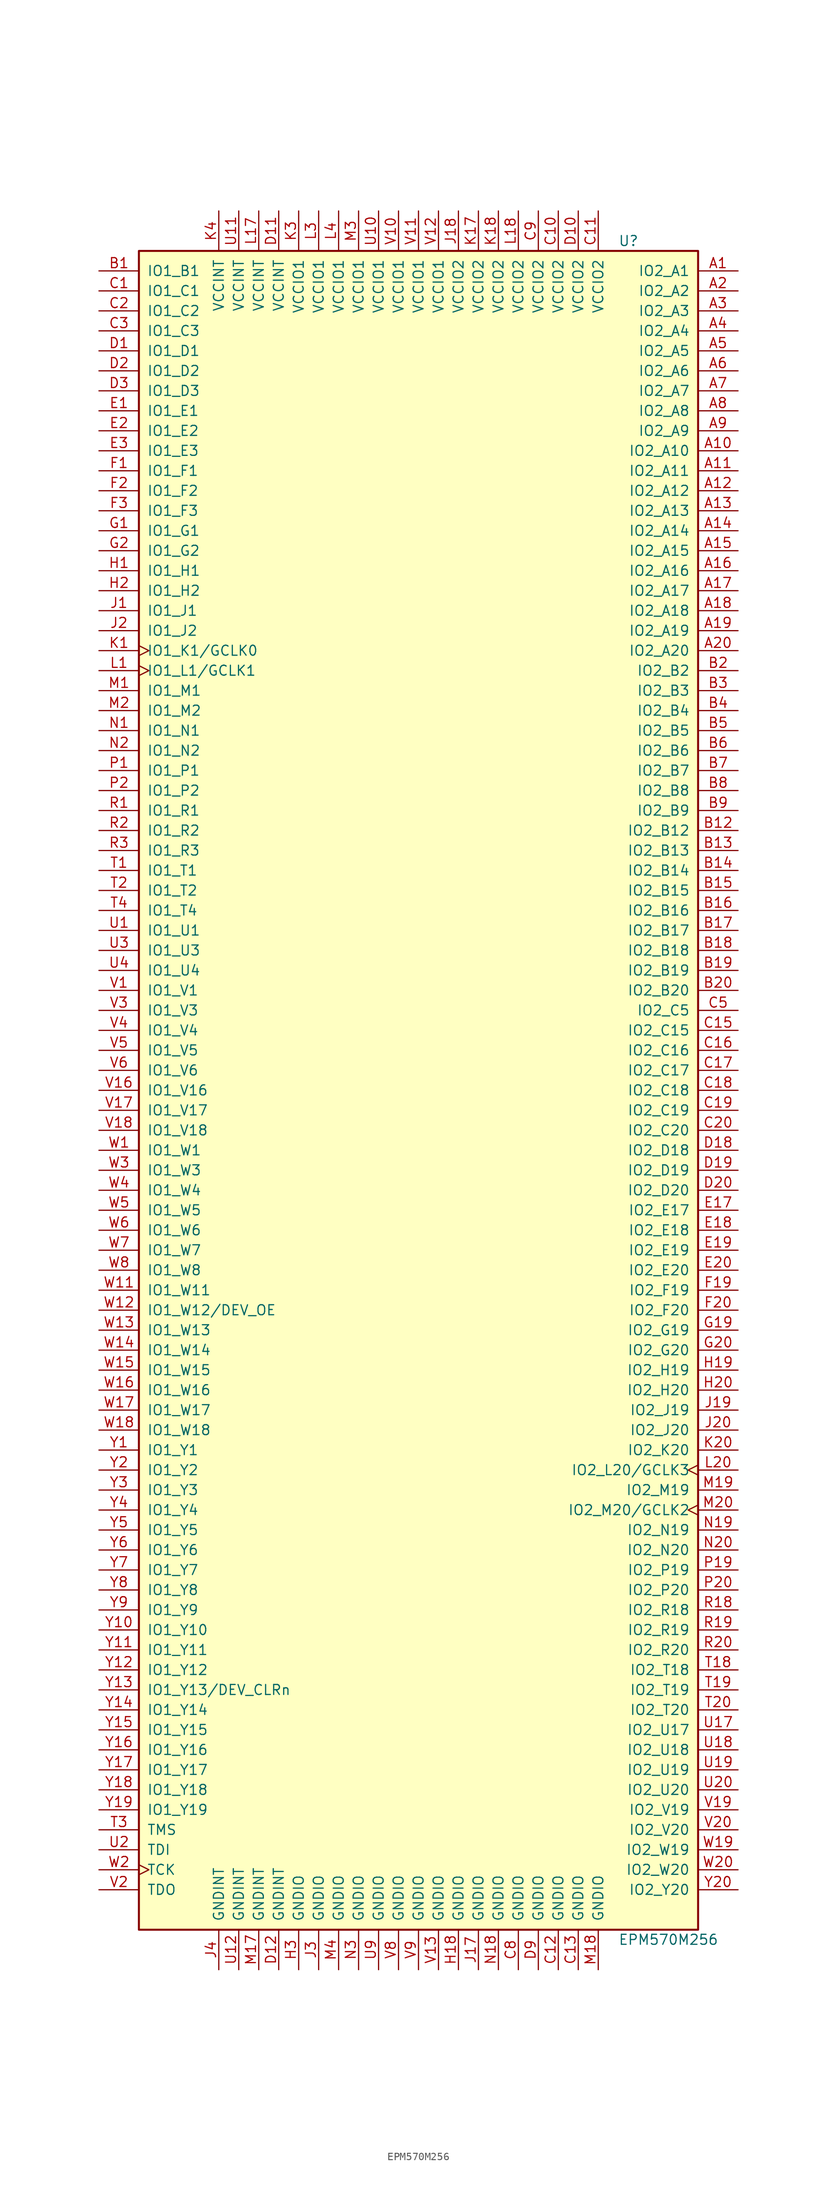
<source format=kicad_sym>
(kicad_symbol_lib
  (version 20201005)
  (generator kicad_symbol_editor)
  (symbol "CPLD_Altera:EPM570M256"
    (pin_names
      (offset 1.016))
    (property "Reference" "U"
      (at 25.4 107.95 0)
      (effects (font (size 1.27 1.27)) (justify left)))
    (property "Value" "EPM570M256"
      (at 25.4 -107.95 0)
      (effects (font (size 1.27 1.27)) (justify left)))
    (property "ki_locked" ""
      (at 0 0 0)
      (effects (font (size 1.27 1.27))))
    (symbol "EPM570M256_1_1"
      (rectangle (start -35.56 106.68) (end 35.56 -106.68) (stroke (width 0.254)) (fill (type background)))
      (pin bidirectional line (at 40.64 104.14 180) (length 5.08) (name "IO2_A1" (effects (font (size 1.27 1.27)))) (number "A1" (effects (font (size 1.27 1.27)))))
      (pin bidirectional line (at 40.64 101.6 180) (length 5.08) (name "IO2_A2" (effects (font (size 1.27 1.27)))) (number "A2" (effects (font (size 1.27 1.27)))))
      (pin bidirectional line (at 40.64 99.06 180) (length 5.08) (name "IO2_A3" (effects (font (size 1.27 1.27)))) (number "A3" (effects (font (size 1.27 1.27)))))
      (pin bidirectional line (at 40.64 96.52 180) (length 5.08) (name "IO2_A4" (effects (font (size 1.27 1.27)))) (number "A4" (effects (font (size 1.27 1.27)))))
      (pin bidirectional line (at 40.64 93.98 180) (length 5.08) (name "IO2_A5" (effects (font (size 1.27 1.27)))) (number "A5" (effects (font (size 1.27 1.27)))))
      (pin bidirectional line (at 40.64 91.44 180) (length 5.08) (name "IO2_A6" (effects (font (size 1.27 1.27)))) (number "A6" (effects (font (size 1.27 1.27)))))
      (pin bidirectional line (at 40.64 88.9 180) (length 5.08) (name "IO2_A7" (effects (font (size 1.27 1.27)))) (number "A7" (effects (font (size 1.27 1.27)))))
      (pin bidirectional line (at 40.64 86.36 180) (length 5.08) (name "IO2_A8" (effects (font (size 1.27 1.27)))) (number "A8" (effects (font (size 1.27 1.27)))))
      (pin bidirectional line (at 40.64 83.82 180) (length 5.08) (name "IO2_A9" (effects (font (size 1.27 1.27)))) (number "A9" (effects (font (size 1.27 1.27)))))
      (pin bidirectional line (at 40.64 81.28 180) (length 5.08) (name "IO2_A10" (effects (font (size 1.27 1.27)))) (number "A10" (effects (font (size 1.27 1.27)))))
      (pin bidirectional line (at 40.64 78.74 180) (length 5.08) (name "IO2_A11" (effects (font (size 1.27 1.27)))) (number "A11" (effects (font (size 1.27 1.27)))))
      (pin bidirectional line (at 40.64 76.2 180) (length 5.08) (name "IO2_A12" (effects (font (size 1.27 1.27)))) (number "A12" (effects (font (size 1.27 1.27)))))
      (pin bidirectional line (at 40.64 73.66 180) (length 5.08) (name "IO2_A13" (effects (font (size 1.27 1.27)))) (number "A13" (effects (font (size 1.27 1.27)))))
      (pin bidirectional line (at 40.64 71.12 180) (length 5.08) (name "IO2_A14" (effects (font (size 1.27 1.27)))) (number "A14" (effects (font (size 1.27 1.27)))))
      (pin bidirectional line (at 40.64 68.58 180) (length 5.08) (name "IO2_A15" (effects (font (size 1.27 1.27)))) (number "A15" (effects (font (size 1.27 1.27)))))
      (pin bidirectional line (at 40.64 66.04 180) (length 5.08) (name "IO2_A16" (effects (font (size 1.27 1.27)))) (number "A16" (effects (font (size 1.27 1.27)))))
      (pin bidirectional line (at 40.64 63.5 180) (length 5.08) (name "IO2_A17" (effects (font (size 1.27 1.27)))) (number "A17" (effects (font (size 1.27 1.27)))))
      (pin bidirectional line (at 40.64 60.96 180) (length 5.08) (name "IO2_A18" (effects (font (size 1.27 1.27)))) (number "A18" (effects (font (size 1.27 1.27)))))
      (pin bidirectional line (at 40.64 58.42 180) (length 5.08) (name "IO2_A19" (effects (font (size 1.27 1.27)))) (number "A19" (effects (font (size 1.27 1.27)))))
      (pin bidirectional line (at 40.64 55.88 180) (length 5.08) (name "IO2_A20" (effects (font (size 1.27 1.27)))) (number "A20" (effects (font (size 1.27 1.27)))))
      (pin bidirectional line (at -40.64 104.14 0) (length 5.08) (name "IO1_B1" (effects (font (size 1.27 1.27)))) (number "B1" (effects (font (size 1.27 1.27)))))
      (pin bidirectional line (at 40.64 53.34 180) (length 5.08) (name "IO2_B2" (effects (font (size 1.27 1.27)))) (number "B2" (effects (font (size 1.27 1.27)))))
      (pin bidirectional line (at 40.64 50.8 180) (length 5.08) (name "IO2_B3" (effects (font (size 1.27 1.27)))) (number "B3" (effects (font (size 1.27 1.27)))))
      (pin bidirectional line (at 40.64 48.26 180) (length 5.08) (name "IO2_B4" (effects (font (size 1.27 1.27)))) (number "B4" (effects (font (size 1.27 1.27)))))
      (pin bidirectional line (at 40.64 45.72 180) (length 5.08) (name "IO2_B5" (effects (font (size 1.27 1.27)))) (number "B5" (effects (font (size 1.27 1.27)))))
      (pin bidirectional line (at 40.64 43.18 180) (length 5.08) (name "IO2_B6" (effects (font (size 1.27 1.27)))) (number "B6" (effects (font (size 1.27 1.27)))))
      (pin bidirectional line (at 40.64 40.64 180) (length 5.08) (name "IO2_B7" (effects (font (size 1.27 1.27)))) (number "B7" (effects (font (size 1.27 1.27)))))
      (pin bidirectional line (at 40.64 38.1 180) (length 5.08) (name "IO2_B8" (effects (font (size 1.27 1.27)))) (number "B8" (effects (font (size 1.27 1.27)))))
      (pin bidirectional line (at 40.64 35.56 180) (length 5.08) (name "IO2_B9" (effects (font (size 1.27 1.27)))) (number "B9" (effects (font (size 1.27 1.27)))))
      (pin bidirectional line (at 40.64 33.02 180) (length 5.08) (name "IO2_B12" (effects (font (size 1.27 1.27)))) (number "B12" (effects (font (size 1.27 1.27)))))
      (pin bidirectional line (at 40.64 30.48 180) (length 5.08) (name "IO2_B13" (effects (font (size 1.27 1.27)))) (number "B13" (effects (font (size 1.27 1.27)))))
      (pin bidirectional line (at 40.64 27.94 180) (length 5.08) (name "IO2_B14" (effects (font (size 1.27 1.27)))) (number "B14" (effects (font (size 1.27 1.27)))))
      (pin bidirectional line (at 40.64 25.4 180) (length 5.08) (name "IO2_B15" (effects (font (size 1.27 1.27)))) (number "B15" (effects (font (size 1.27 1.27)))))
      (pin bidirectional line (at 40.64 22.86 180) (length 5.08) (name "IO2_B16" (effects (font (size 1.27 1.27)))) (number "B16" (effects (font (size 1.27 1.27)))))
      (pin bidirectional line (at 40.64 20.32 180) (length 5.08) (name "IO2_B17" (effects (font (size 1.27 1.27)))) (number "B17" (effects (font (size 1.27 1.27)))))
      (pin bidirectional line (at 40.64 17.78 180) (length 5.08) (name "IO2_B18" (effects (font (size 1.27 1.27)))) (number "B18" (effects (font (size 1.27 1.27)))))
      (pin bidirectional line (at 40.64 15.24 180) (length 5.08) (name "IO2_B19" (effects (font (size 1.27 1.27)))) (number "B19" (effects (font (size 1.27 1.27)))))
      (pin bidirectional line (at 40.64 12.7 180) (length 5.08) (name "IO2_B20" (effects (font (size 1.27 1.27)))) (number "B20" (effects (font (size 1.27 1.27)))))
      (pin bidirectional line (at -40.64 101.6 0) (length 5.08) (name "IO1_C1" (effects (font (size 1.27 1.27)))) (number "C1" (effects (font (size 1.27 1.27)))))
      (pin bidirectional line (at -40.64 99.06 0) (length 5.08) (name "IO1_C2" (effects (font (size 1.27 1.27)))) (number "C2" (effects (font (size 1.27 1.27)))))
      (pin bidirectional line (at -40.64 96.52 0) (length 5.08) (name "IO1_C3" (effects (font (size 1.27 1.27)))) (number "C3" (effects (font (size 1.27 1.27)))))
      (pin bidirectional line (at 40.64 10.16 180) (length 5.08) (name "IO2_C5" (effects (font (size 1.27 1.27)))) (number "C5" (effects (font (size 1.27 1.27)))))
      (pin bidirectional line (at 40.64 7.62 180) (length 5.08) (name "IO2_C15" (effects (font (size 1.27 1.27)))) (number "C15" (effects (font (size 1.27 1.27)))))
      (pin bidirectional line (at 40.64 5.08 180) (length 5.08) (name "IO2_C16" (effects (font (size 1.27 1.27)))) (number "C16" (effects (font (size 1.27 1.27)))))
      (pin bidirectional line (at 40.64 2.54 180) (length 5.08) (name "IO2_C17" (effects (font (size 1.27 1.27)))) (number "C17" (effects (font (size 1.27 1.27)))))
      (pin bidirectional line (at 40.64 0 180) (length 5.08) (name "IO2_C18" (effects (font (size 1.27 1.27)))) (number "C18" (effects (font (size 1.27 1.27)))))
      (pin bidirectional line (at 40.64 -2.54 180) (length 5.08) (name "IO2_C19" (effects (font (size 1.27 1.27)))) (number "C19" (effects (font (size 1.27 1.27)))))
      (pin bidirectional line (at 40.64 -5.08 180) (length 5.08) (name "IO2_C20" (effects (font (size 1.27 1.27)))) (number "C20" (effects (font (size 1.27 1.27)))))
      (pin bidirectional line (at -40.64 93.98 0) (length 5.08) (name "IO1_D1" (effects (font (size 1.27 1.27)))) (number "D1" (effects (font (size 1.27 1.27)))))
      (pin bidirectional line (at -40.64 91.44 0) (length 5.08) (name "IO1_D2" (effects (font (size 1.27 1.27)))) (number "D2" (effects (font (size 1.27 1.27)))))
      (pin bidirectional line (at -40.64 88.9 0) (length 5.08) (name "IO1_D3" (effects (font (size 1.27 1.27)))) (number "D3" (effects (font (size 1.27 1.27)))))
      (pin bidirectional line (at 40.64 -7.62 180) (length 5.08) (name "IO2_D18" (effects (font (size 1.27 1.27)))) (number "D18" (effects (font (size 1.27 1.27)))))
      (pin bidirectional line (at 40.64 -10.16 180) (length 5.08) (name "IO2_D19" (effects (font (size 1.27 1.27)))) (number "D19" (effects (font (size 1.27 1.27)))))
      (pin bidirectional line (at 40.64 -12.7 180) (length 5.08) (name "IO2_D20" (effects (font (size 1.27 1.27)))) (number "D20" (effects (font (size 1.27 1.27)))))
      (pin bidirectional line (at -40.64 86.36 0) (length 5.08) (name "IO1_E1" (effects (font (size 1.27 1.27)))) (number "E1" (effects (font (size 1.27 1.27)))))
      (pin bidirectional line (at -40.64 83.82 0) (length 5.08) (name "IO1_E2" (effects (font (size 1.27 1.27)))) (number "E2" (effects (font (size 1.27 1.27)))))
      (pin bidirectional line (at -40.64 81.28 0) (length 5.08) (name "IO1_E3" (effects (font (size 1.27 1.27)))) (number "E3" (effects (font (size 1.27 1.27)))))
      (pin bidirectional line (at 40.64 -15.24 180) (length 5.08) (name "IO2_E17" (effects (font (size 1.27 1.27)))) (number "E17" (effects (font (size 1.27 1.27)))))
      (pin bidirectional line (at 40.64 -17.78 180) (length 5.08) (name "IO2_E18" (effects (font (size 1.27 1.27)))) (number "E18" (effects (font (size 1.27 1.27)))))
      (pin bidirectional line (at 40.64 -20.32 180) (length 5.08) (name "IO2_E19" (effects (font (size 1.27 1.27)))) (number "E19" (effects (font (size 1.27 1.27)))))
      (pin bidirectional line (at 40.64 -22.86 180) (length 5.08) (name "IO2_E20" (effects (font (size 1.27 1.27)))) (number "E20" (effects (font (size 1.27 1.27)))))
      (pin bidirectional line (at -40.64 78.74 0) (length 5.08) (name "IO1_F1" (effects (font (size 1.27 1.27)))) (number "F1" (effects (font (size 1.27 1.27)))))
      (pin bidirectional line (at -40.64 76.2 0) (length 5.08) (name "IO1_F2" (effects (font (size 1.27 1.27)))) (number "F2" (effects (font (size 1.27 1.27)))))
      (pin bidirectional line (at -40.64 73.66 0) (length 5.08) (name "IO1_F3" (effects (font (size 1.27 1.27)))) (number "F3" (effects (font (size 1.27 1.27)))))
      (pin bidirectional line (at 40.64 -25.4 180) (length 5.08) (name "IO2_F19" (effects (font (size 1.27 1.27)))) (number "F19" (effects (font (size 1.27 1.27)))))
      (pin bidirectional line (at 40.64 -27.94 180) (length 5.08) (name "IO2_F20" (effects (font (size 1.27 1.27)))) (number "F20" (effects (font (size 1.27 1.27)))))
      (pin bidirectional line (at -40.64 71.12 0) (length 5.08) (name "IO1_G1" (effects (font (size 1.27 1.27)))) (number "G1" (effects (font (size 1.27 1.27)))))
      (pin bidirectional line (at -40.64 68.58 0) (length 5.08) (name "IO1_G2" (effects (font (size 1.27 1.27)))) (number "G2" (effects (font (size 1.27 1.27)))))
      (pin bidirectional line (at 40.64 -30.48 180) (length 5.08) (name "IO2_G19" (effects (font (size 1.27 1.27)))) (number "G19" (effects (font (size 1.27 1.27)))))
      (pin bidirectional line (at 40.64 -33.02 180) (length 5.08) (name "IO2_G20" (effects (font (size 1.27 1.27)))) (number "G20" (effects (font (size 1.27 1.27)))))
      (pin bidirectional line (at -40.64 66.04 0) (length 5.08) (name "IO1_H1" (effects (font (size 1.27 1.27)))) (number "H1" (effects (font (size 1.27 1.27)))))
      (pin bidirectional line (at -40.64 63.5 0) (length 5.08) (name "IO1_H2" (effects (font (size 1.27 1.27)))) (number "H2" (effects (font (size 1.27 1.27)))))
      (pin bidirectional line (at 40.64 -35.56 180) (length 5.08) (name "IO2_H19" (effects (font (size 1.27 1.27)))) (number "H19" (effects (font (size 1.27 1.27)))))
      (pin bidirectional line (at 40.64 -38.1 180) (length 5.08) (name "IO2_H20" (effects (font (size 1.27 1.27)))) (number "H20" (effects (font (size 1.27 1.27)))))
      (pin bidirectional line (at -40.64 60.96 0) (length 5.08) (name "IO1_J1" (effects (font (size 1.27 1.27)))) (number "J1" (effects (font (size 1.27 1.27)))))
      (pin bidirectional line (at -40.64 58.42 0) (length 5.08) (name "IO1_J2" (effects (font (size 1.27 1.27)))) (number "J2" (effects (font (size 1.27 1.27)))))
      (pin bidirectional line (at 40.64 -40.64 180) (length 5.08) (name "IO2_J19" (effects (font (size 1.27 1.27)))) (number "J19" (effects (font (size 1.27 1.27)))))
      (pin bidirectional line (at 40.64 -43.18 180) (length 5.08) (name "IO2_J20" (effects (font (size 1.27 1.27)))) (number "J20" (effects (font (size 1.27 1.27)))))
      (pin bidirectional clock (at -40.64 55.88 0) (length 5.08) (name "IO1_K1/GCLK0" (effects (font (size 1.27 1.27)))) (number "K1" (effects (font (size 1.27 1.27)))))
      (pin bidirectional line (at 40.64 -45.72 180) (length 5.08) (name "IO2_K20" (effects (font (size 1.27 1.27)))) (number "K20" (effects (font (size 1.27 1.27)))))
      (pin bidirectional clock (at -40.64 53.34 0) (length 5.08) (name "IO1_L1/GCLK1" (effects (font (size 1.27 1.27)))) (number "L1" (effects (font (size 1.27 1.27)))))
      (pin bidirectional clock (at 40.64 -48.26 180) (length 5.08) (name "IO2_L20/GCLK3" (effects (font (size 1.27 1.27)))) (number "L20" (effects (font (size 1.27 1.27)))))
      (pin bidirectional line (at -40.64 50.8 0) (length 5.08) (name "IO1_M1" (effects (font (size 1.27 1.27)))) (number "M1" (effects (font (size 1.27 1.27)))))
      (pin bidirectional line (at -40.64 48.26 0) (length 5.08) (name "IO1_M2" (effects (font (size 1.27 1.27)))) (number "M2" (effects (font (size 1.27 1.27)))))
      (pin bidirectional line (at 40.64 -50.8 180) (length 5.08) (name "IO2_M19" (effects (font (size 1.27 1.27)))) (number "M19" (effects (font (size 1.27 1.27)))))
      (pin bidirectional clock (at 40.64 -53.34 180) (length 5.08) (name "IO2_M20/GCLK2" (effects (font (size 1.27 1.27)))) (number "M20" (effects (font (size 1.27 1.27)))))
      (pin bidirectional line (at -40.64 45.72 0) (length 5.08) (name "IO1_N1" (effects (font (size 1.27 1.27)))) (number "N1" (effects (font (size 1.27 1.27)))))
      (pin bidirectional line (at -40.64 43.18 0) (length 5.08) (name "IO1_N2" (effects (font (size 1.27 1.27)))) (number "N2" (effects (font (size 1.27 1.27)))))
      (pin bidirectional line (at 40.64 -55.88 180) (length 5.08) (name "IO2_N19" (effects (font (size 1.27 1.27)))) (number "N19" (effects (font (size 1.27 1.27)))))
      (pin bidirectional line (at 40.64 -58.42 180) (length 5.08) (name "IO2_N20" (effects (font (size 1.27 1.27)))) (number "N20" (effects (font (size 1.27 1.27)))))
      (pin bidirectional line (at -40.64 40.64 0) (length 5.08) (name "IO1_P1" (effects (font (size 1.27 1.27)))) (number "P1" (effects (font (size 1.27 1.27)))))
      (pin bidirectional line (at -40.64 38.1 0) (length 5.08) (name "IO1_P2" (effects (font (size 1.27 1.27)))) (number "P2" (effects (font (size 1.27 1.27)))))
      (pin bidirectional line (at 40.64 -60.96 180) (length 5.08) (name "IO2_P19" (effects (font (size 1.27 1.27)))) (number "P19" (effects (font (size 1.27 1.27)))))
      (pin bidirectional line (at 40.64 -63.5 180) (length 5.08) (name "IO2_P20" (effects (font (size 1.27 1.27)))) (number "P20" (effects (font (size 1.27 1.27)))))
      (pin bidirectional line (at -40.64 35.56 0) (length 5.08) (name "IO1_R1" (effects (font (size 1.27 1.27)))) (number "R1" (effects (font (size 1.27 1.27)))))
      (pin bidirectional line (at -40.64 33.02 0) (length 5.08) (name "IO1_R2" (effects (font (size 1.27 1.27)))) (number "R2" (effects (font (size 1.27 1.27)))))
      (pin bidirectional line (at -40.64 30.48 0) (length 5.08) (name "IO1_R3" (effects (font (size 1.27 1.27)))) (number "R3" (effects (font (size 1.27 1.27)))))
      (pin bidirectional line (at 40.64 -66.04 180) (length 5.08) (name "IO2_R18" (effects (font (size 1.27 1.27)))) (number "R18" (effects (font (size 1.27 1.27)))))
      (pin bidirectional line (at 40.64 -68.58 180) (length 5.08) (name "IO2_R19" (effects (font (size 1.27 1.27)))) (number "R19" (effects (font (size 1.27 1.27)))))
      (pin bidirectional line (at 40.64 -71.12 180) (length 5.08) (name "IO2_R20" (effects (font (size 1.27 1.27)))) (number "R20" (effects (font (size 1.27 1.27)))))
      (pin bidirectional line (at -40.64 27.94 0) (length 5.08) (name "IO1_T1" (effects (font (size 1.27 1.27)))) (number "T1" (effects (font (size 1.27 1.27)))))
      (pin bidirectional line (at -40.64 25.4 0) (length 5.08) (name "IO1_T2" (effects (font (size 1.27 1.27)))) (number "T2" (effects (font (size 1.27 1.27)))))
      (pin bidirectional line (at -40.64 22.86 0) (length 5.08) (name "IO1_T4" (effects (font (size 1.27 1.27)))) (number "T4" (effects (font (size 1.27 1.27)))))
      (pin bidirectional line (at 40.64 -73.66 180) (length 5.08) (name "IO2_T18" (effects (font (size 1.27 1.27)))) (number "T18" (effects (font (size 1.27 1.27)))))
      (pin bidirectional line (at 40.64 -76.2 180) (length 5.08) (name "IO2_T19" (effects (font (size 1.27 1.27)))) (number "T19" (effects (font (size 1.27 1.27)))))
      (pin bidirectional line (at 40.64 -78.74 180) (length 5.08) (name "IO2_T20" (effects (font (size 1.27 1.27)))) (number "T20" (effects (font (size 1.27 1.27)))))
      (pin bidirectional line (at -40.64 20.32 0) (length 5.08) (name "IO1_U1" (effects (font (size 1.27 1.27)))) (number "U1" (effects (font (size 1.27 1.27)))))
      (pin bidirectional line (at -40.64 17.78 0) (length 5.08) (name "IO1_U3" (effects (font (size 1.27 1.27)))) (number "U3" (effects (font (size 1.27 1.27)))))
      (pin bidirectional line (at -40.64 15.24 0) (length 5.08) (name "IO1_U4" (effects (font (size 1.27 1.27)))) (number "U4" (effects (font (size 1.27 1.27)))))
      (pin bidirectional line (at 40.64 -81.28 180) (length 5.08) (name "IO2_U17" (effects (font (size 1.27 1.27)))) (number "U17" (effects (font (size 1.27 1.27)))))
      (pin bidirectional line (at 40.64 -83.82 180) (length 5.08) (name "IO2_U18" (effects (font (size 1.27 1.27)))) (number "U18" (effects (font (size 1.27 1.27)))))
      (pin bidirectional line (at 40.64 -86.36 180) (length 5.08) (name "IO2_U19" (effects (font (size 1.27 1.27)))) (number "U19" (effects (font (size 1.27 1.27)))))
      (pin bidirectional line (at 40.64 -88.9 180) (length 5.08) (name "IO2_U20" (effects (font (size 1.27 1.27)))) (number "U20" (effects (font (size 1.27 1.27)))))
      (pin bidirectional line (at -40.64 12.7 0) (length 5.08) (name "IO1_V1" (effects (font (size 1.27 1.27)))) (number "V1" (effects (font (size 1.27 1.27)))))
      (pin bidirectional line (at -40.64 10.16 0) (length 5.08) (name "IO1_V3" (effects (font (size 1.27 1.27)))) (number "V3" (effects (font (size 1.27 1.27)))))
      (pin bidirectional line (at -40.64 7.62 0) (length 5.08) (name "IO1_V4" (effects (font (size 1.27 1.27)))) (number "V4" (effects (font (size 1.27 1.27)))))
      (pin bidirectional line (at -40.64 5.08 0) (length 5.08) (name "IO1_V5" (effects (font (size 1.27 1.27)))) (number "V5" (effects (font (size 1.27 1.27)))))
      (pin bidirectional line (at -40.64 2.54 0) (length 5.08) (name "IO1_V6" (effects (font (size 1.27 1.27)))) (number "V6" (effects (font (size 1.27 1.27)))))
      (pin bidirectional line (at -40.64 0 0) (length 5.08) (name "IO1_V16" (effects (font (size 1.27 1.27)))) (number "V16" (effects (font (size 1.27 1.27)))))
      (pin bidirectional line (at -40.64 -2.54 0) (length 5.08) (name "IO1_V17" (effects (font (size 1.27 1.27)))) (number "V17" (effects (font (size 1.27 1.27)))))
      (pin bidirectional line (at -40.64 -5.08 0) (length 5.08) (name "IO1_V18" (effects (font (size 1.27 1.27)))) (number "V18" (effects (font (size 1.27 1.27)))))
      (pin bidirectional line (at 40.64 -91.44 180) (length 5.08) (name "IO2_V19" (effects (font (size 1.27 1.27)))) (number "V19" (effects (font (size 1.27 1.27)))))
      (pin bidirectional line (at 40.64 -93.98 180) (length 5.08) (name "IO2_V20" (effects (font (size 1.27 1.27)))) (number "V20" (effects (font (size 1.27 1.27)))))
      (pin bidirectional line (at -40.64 -7.62 0) (length 5.08) (name "IO1_W1" (effects (font (size 1.27 1.27)))) (number "W1" (effects (font (size 1.27 1.27)))))
      (pin bidirectional line (at -40.64 -10.16 0) (length 5.08) (name "IO1_W3" (effects (font (size 1.27 1.27)))) (number "W3" (effects (font (size 1.27 1.27)))))
      (pin bidirectional line (at -40.64 -12.7 0) (length 5.08) (name "IO1_W4" (effects (font (size 1.27 1.27)))) (number "W4" (effects (font (size 1.27 1.27)))))
      (pin bidirectional line (at -40.64 -15.24 0) (length 5.08) (name "IO1_W5" (effects (font (size 1.27 1.27)))) (number "W5" (effects (font (size 1.27 1.27)))))
      (pin bidirectional line (at -40.64 -17.78 0) (length 5.08) (name "IO1_W6" (effects (font (size 1.27 1.27)))) (number "W6" (effects (font (size 1.27 1.27)))))
      (pin bidirectional line (at -40.64 -20.32 0) (length 5.08) (name "IO1_W7" (effects (font (size 1.27 1.27)))) (number "W7" (effects (font (size 1.27 1.27)))))
      (pin bidirectional line (at -40.64 -22.86 0) (length 5.08) (name "IO1_W8" (effects (font (size 1.27 1.27)))) (number "W8" (effects (font (size 1.27 1.27)))))
      (pin bidirectional line (at -40.64 -25.4 0) (length 5.08) (name "IO1_W11" (effects (font (size 1.27 1.27)))) (number "W11" (effects (font (size 1.27 1.27)))))
      (pin bidirectional line (at -40.64 -27.94 0) (length 5.08) (name "IO1_W12/DEV_OE" (effects (font (size 1.27 1.27)))) (number "W12" (effects (font (size 1.27 1.27)))))
      (pin bidirectional line (at -40.64 -30.48 0) (length 5.08) (name "IO1_W13" (effects (font (size 1.27 1.27)))) (number "W13" (effects (font (size 1.27 1.27)))))
      (pin bidirectional line (at -40.64 -33.02 0) (length 5.08) (name "IO1_W14" (effects (font (size 1.27 1.27)))) (number "W14" (effects (font (size 1.27 1.27)))))
      (pin bidirectional line (at -40.64 -35.56 0) (length 5.08) (name "IO1_W15" (effects (font (size 1.27 1.27)))) (number "W15" (effects (font (size 1.27 1.27)))))
      (pin bidirectional line (at -40.64 -38.1 0) (length 5.08) (name "IO1_W16" (effects (font (size 1.27 1.27)))) (number "W16" (effects (font (size 1.27 1.27)))))
      (pin bidirectional line (at -40.64 -40.64 0) (length 5.08) (name "IO1_W17" (effects (font (size 1.27 1.27)))) (number "W17" (effects (font (size 1.27 1.27)))))
      (pin bidirectional line (at -40.64 -43.18 0) (length 5.08) (name "IO1_W18" (effects (font (size 1.27 1.27)))) (number "W18" (effects (font (size 1.27 1.27)))))
      (pin bidirectional line (at 40.64 -96.52 180) (length 5.08) (name "IO2_W19" (effects (font (size 1.27 1.27)))) (number "W19" (effects (font (size 1.27 1.27)))))
      (pin bidirectional line (at 40.64 -99.06 180) (length 5.08) (name "IO2_W20" (effects (font (size 1.27 1.27)))) (number "W20" (effects (font (size 1.27 1.27)))))
      (pin bidirectional line (at -40.64 -45.72 0) (length 5.08) (name "IO1_Y1" (effects (font (size 1.27 1.27)))) (number "Y1" (effects (font (size 1.27 1.27)))))
      (pin bidirectional line (at -40.64 -48.26 0) (length 5.08) (name "IO1_Y2" (effects (font (size 1.27 1.27)))) (number "Y2" (effects (font (size 1.27 1.27)))))
      (pin bidirectional line (at -40.64 -50.8 0) (length 5.08) (name "IO1_Y3" (effects (font (size 1.27 1.27)))) (number "Y3" (effects (font (size 1.27 1.27)))))
      (pin bidirectional line (at -40.64 -53.34 0) (length 5.08) (name "IO1_Y4" (effects (font (size 1.27 1.27)))) (number "Y4" (effects (font (size 1.27 1.27)))))
      (pin bidirectional line (at -40.64 -55.88 0) (length 5.08) (name "IO1_Y5" (effects (font (size 1.27 1.27)))) (number "Y5" (effects (font (size 1.27 1.27)))))
      (pin bidirectional line (at -40.64 -58.42 0) (length 5.08) (name "IO1_Y6" (effects (font (size 1.27 1.27)))) (number "Y6" (effects (font (size 1.27 1.27)))))
      (pin bidirectional line (at -40.64 -60.96 0) (length 5.08) (name "IO1_Y7" (effects (font (size 1.27 1.27)))) (number "Y7" (effects (font (size 1.27 1.27)))))
      (pin bidirectional line (at -40.64 -63.5 0) (length 5.08) (name "IO1_Y8" (effects (font (size 1.27 1.27)))) (number "Y8" (effects (font (size 1.27 1.27)))))
      (pin bidirectional line (at -40.64 -66.04 0) (length 5.08) (name "IO1_Y9" (effects (font (size 1.27 1.27)))) (number "Y9" (effects (font (size 1.27 1.27)))))
      (pin bidirectional line (at -40.64 -68.58 0) (length 5.08) (name "IO1_Y10" (effects (font (size 1.27 1.27)))) (number "Y10" (effects (font (size 1.27 1.27)))))
      (pin bidirectional line (at -40.64 -71.12 0) (length 5.08) (name "IO1_Y11" (effects (font (size 1.27 1.27)))) (number "Y11" (effects (font (size 1.27 1.27)))))
      (pin bidirectional line (at -40.64 -73.66 0) (length 5.08) (name "IO1_Y12" (effects (font (size 1.27 1.27)))) (number "Y12" (effects (font (size 1.27 1.27)))))
      (pin bidirectional line (at -40.64 -76.2 0) (length 5.08) (name "IO1_Y13/DEV_CLRn" (effects (font (size 1.27 1.27)))) (number "Y13" (effects (font (size 1.27 1.27)))))
      (pin bidirectional line (at -40.64 -78.74 0) (length 5.08) (name "IO1_Y14" (effects (font (size 1.27 1.27)))) (number "Y14" (effects (font (size 1.27 1.27)))))
      (pin bidirectional line (at -40.64 -81.28 0) (length 5.08) (name "IO1_Y15" (effects (font (size 1.27 1.27)))) (number "Y15" (effects (font (size 1.27 1.27)))))
      (pin bidirectional line (at -40.64 -83.82 0) (length 5.08) (name "IO1_Y16" (effects (font (size 1.27 1.27)))) (number "Y16" (effects (font (size 1.27 1.27)))))
      (pin bidirectional line (at -40.64 -86.36 0) (length 5.08) (name "IO1_Y17" (effects (font (size 1.27 1.27)))) (number "Y17" (effects (font (size 1.27 1.27)))))
      (pin bidirectional line (at -40.64 -88.9 0) (length 5.08) (name "IO1_Y18" (effects (font (size 1.27 1.27)))) (number "Y18" (effects (font (size 1.27 1.27)))))
      (pin bidirectional line (at -40.64 -91.44 0) (length 5.08) (name "IO1_Y19" (effects (font (size 1.27 1.27)))) (number "Y19" (effects (font (size 1.27 1.27)))))
      (pin bidirectional line (at 40.64 -101.6 180) (length 5.08) (name "IO2_Y20" (effects (font (size 1.27 1.27)))) (number "Y20" (effects (font (size 1.27 1.27)))))
      (pin input line (at -40.64 -93.98 0) (length 5.08) (name "TMS" (effects (font (size 1.27 1.27)))) (number "T3" (effects (font (size 1.27 1.27)))))
      (pin input line (at -40.64 -96.52 0) (length 5.08) (name "TDI" (effects (font (size 1.27 1.27)))) (number "U2" (effects (font (size 1.27 1.27)))))
      (pin input clock (at -40.64 -99.06 0) (length 5.08) (name "TCK" (effects (font (size 1.27 1.27)))) (number "W2" (effects (font (size 1.27 1.27)))))
      (pin output line (at -40.64 -101.6 0) (length 5.08) (name "TDO" (effects (font (size 1.27 1.27)))) (number "V2" (effects (font (size 1.27 1.27)))))
      (pin power_in line (at -25.4 -111.76 90) (length 5.08) (name "GNDINT" (effects (font (size 1.27 1.27)))) (number "J4" (effects (font (size 1.27 1.27)))))
      (pin power_in line (at -22.86 -111.76 90) (length 5.08) (name "GNDINT" (effects (font (size 1.27 1.27)))) (number "U12" (effects (font (size 1.27 1.27)))))
      (pin power_in line (at -20.32 -111.76 90) (length 5.08) (name "GNDINT" (effects (font (size 1.27 1.27)))) (number "M17" (effects (font (size 1.27 1.27)))))
      (pin power_in line (at -17.78 -111.76 90) (length 5.08) (name "GNDINT" (effects (font (size 1.27 1.27)))) (number "D12" (effects (font (size 1.27 1.27)))))
      (pin power_in line (at -15.24 -111.76 90) (length 5.08) (name "GNDIO" (effects (font (size 1.27 1.27)))) (number "H3" (effects (font (size 1.27 1.27)))))
      (pin power_in line (at -12.7 -111.76 90) (length 5.08) (name "GNDIO" (effects (font (size 1.27 1.27)))) (number "J3" (effects (font (size 1.27 1.27)))))
      (pin power_in line (at -10.16 -111.76 90) (length 5.08) (name "GNDIO" (effects (font (size 1.27 1.27)))) (number "M4" (effects (font (size 1.27 1.27)))))
      (pin power_in line (at -7.62 -111.76 90) (length 5.08) (name "GNDIO" (effects (font (size 1.27 1.27)))) (number "N3" (effects (font (size 1.27 1.27)))))
      (pin power_in line (at -5.08 -111.76 90) (length 5.08) (name "GNDIO" (effects (font (size 1.27 1.27)))) (number "U9" (effects (font (size 1.27 1.27)))))
      (pin power_in line (at -2.54 -111.76 90) (length 5.08) (name "GNDIO" (effects (font (size 1.27 1.27)))) (number "V8" (effects (font (size 1.27 1.27)))))
      (pin power_in line (at 0 -111.76 90) (length 5.08) (name "GNDIO" (effects (font (size 1.27 1.27)))) (number "V9" (effects (font (size 1.27 1.27)))))
      (pin power_in line (at 2.54 -111.76 90) (length 5.08) (name "GNDIO" (effects (font (size 1.27 1.27)))) (number "V13" (effects (font (size 1.27 1.27)))))
      (pin power_in line (at 5.08 -111.76 90) (length 5.08) (name "GNDIO" (effects (font (size 1.27 1.27)))) (number "H18" (effects (font (size 1.27 1.27)))))
      (pin power_in line (at 7.62 -111.76 90) (length 5.08) (name "GNDIO" (effects (font (size 1.27 1.27)))) (number "J17" (effects (font (size 1.27 1.27)))))
      (pin power_in line (at 10.16 -111.76 90) (length 5.08) (name "GNDIO" (effects (font (size 1.27 1.27)))) (number "N18" (effects (font (size 1.27 1.27)))))
      (pin power_in line (at 12.7 -111.76 90) (length 5.08) (name "GNDIO" (effects (font (size 1.27 1.27)))) (number "C8" (effects (font (size 1.27 1.27)))))
      (pin power_in line (at 15.24 -111.76 90) (length 5.08) (name "GNDIO" (effects (font (size 1.27 1.27)))) (number "D9" (effects (font (size 1.27 1.27)))))
      (pin power_in line (at 17.78 -111.76 90) (length 5.08) (name "GNDIO" (effects (font (size 1.27 1.27)))) (number "C12" (effects (font (size 1.27 1.27)))))
      (pin power_in line (at 20.32 -111.76 90) (length 5.08) (name "GNDIO" (effects (font (size 1.27 1.27)))) (number "C13" (effects (font (size 1.27 1.27)))))
      (pin power_in line (at 22.86 -111.76 90) (length 5.08) (name "GNDIO" (effects (font (size 1.27 1.27)))) (number "M18" (effects (font (size 1.27 1.27)))))
      (pin power_in line (at -25.4 111.76 270) (length 5.08) (name "VCCINT" (effects (font (size 1.27 1.27)))) (number "K4" (effects (font (size 1.27 1.27)))))
      (pin power_in line (at -22.86 111.76 270) (length 5.08) (name "VCCINT" (effects (font (size 1.27 1.27)))) (number "U11" (effects (font (size 1.27 1.27)))))
      (pin power_in line (at -20.32 111.76 270) (length 5.08) (name "VCCINT" (effects (font (size 1.27 1.27)))) (number "L17" (effects (font (size 1.27 1.27)))))
      (pin power_in line (at -17.78 111.76 270) (length 5.08) (name "VCCINT" (effects (font (size 1.27 1.27)))) (number "D11" (effects (font (size 1.27 1.27)))))
      (pin power_in line (at -15.24 111.76 270) (length 5.08) (name "VCCIO1" (effects (font (size 1.27 1.27)))) (number "K3" (effects (font (size 1.27 1.27)))))
      (pin power_in line (at -12.7 111.76 270) (length 5.08) (name "VCCIO1" (effects (font (size 1.27 1.27)))) (number "L3" (effects (font (size 1.27 1.27)))))
      (pin power_in line (at -10.16 111.76 270) (length 5.08) (name "VCCIO1" (effects (font (size 1.27 1.27)))) (number "L4" (effects (font (size 1.27 1.27)))))
      (pin power_in line (at -7.62 111.76 270) (length 5.08) (name "VCCIO1" (effects (font (size 1.27 1.27)))) (number "M3" (effects (font (size 1.27 1.27)))))
      (pin power_in line (at -5.08 111.76 270) (length 5.08) (name "VCCIO1" (effects (font (size 1.27 1.27)))) (number "U10" (effects (font (size 1.27 1.27)))))
      (pin power_in line (at -2.54 111.76 270) (length 5.08) (name "VCCIO1" (effects (font (size 1.27 1.27)))) (number "V10" (effects (font (size 1.27 1.27)))))
      (pin power_in line (at 0 111.76 270) (length 5.08) (name "VCCIO1" (effects (font (size 1.27 1.27)))) (number "V11" (effects (font (size 1.27 1.27)))))
      (pin power_in line (at 2.54 111.76 270) (length 5.08) (name "VCCIO1" (effects (font (size 1.27 1.27)))) (number "V12" (effects (font (size 1.27 1.27)))))
      (pin power_in line (at 5.08 111.76 270) (length 5.08) (name "VCCIO2" (effects (font (size 1.27 1.27)))) (number "J18" (effects (font (size 1.27 1.27)))))
      (pin power_in line (at 7.62 111.76 270) (length 5.08) (name "VCCIO2" (effects (font (size 1.27 1.27)))) (number "K17" (effects (font (size 1.27 1.27)))))
      (pin power_in line (at 10.16 111.76 270) (length 5.08) (name "VCCIO2" (effects (font (size 1.27 1.27)))) (number "K18" (effects (font (size 1.27 1.27)))))
      (pin power_in line (at 12.7 111.76 270) (length 5.08) (name "VCCIO2" (effects (font (size 1.27 1.27)))) (number "L18" (effects (font (size 1.27 1.27)))))
      (pin power_in line (at 15.24 111.76 270) (length 5.08) (name "VCCIO2" (effects (font (size 1.27 1.27)))) (number "C9" (effects (font (size 1.27 1.27)))))
      (pin power_in line (at 17.78 111.76 270) (length 5.08) (name "VCCIO2" (effects (font (size 1.27 1.27)))) (number "C10" (effects (font (size 1.27 1.27)))))
      (pin power_in line (at 20.32 111.76 270) (length 5.08) (name "VCCIO2" (effects (font (size 1.27 1.27)))) (number "D10" (effects (font (size 1.27 1.27)))))
      (pin power_in line (at 22.86 111.76 270) (length 5.08) (name "VCCIO2" (effects (font (size 1.27 1.27)))) (number "C11" (effects (font (size 1.27 1.27))))))))
</source>
